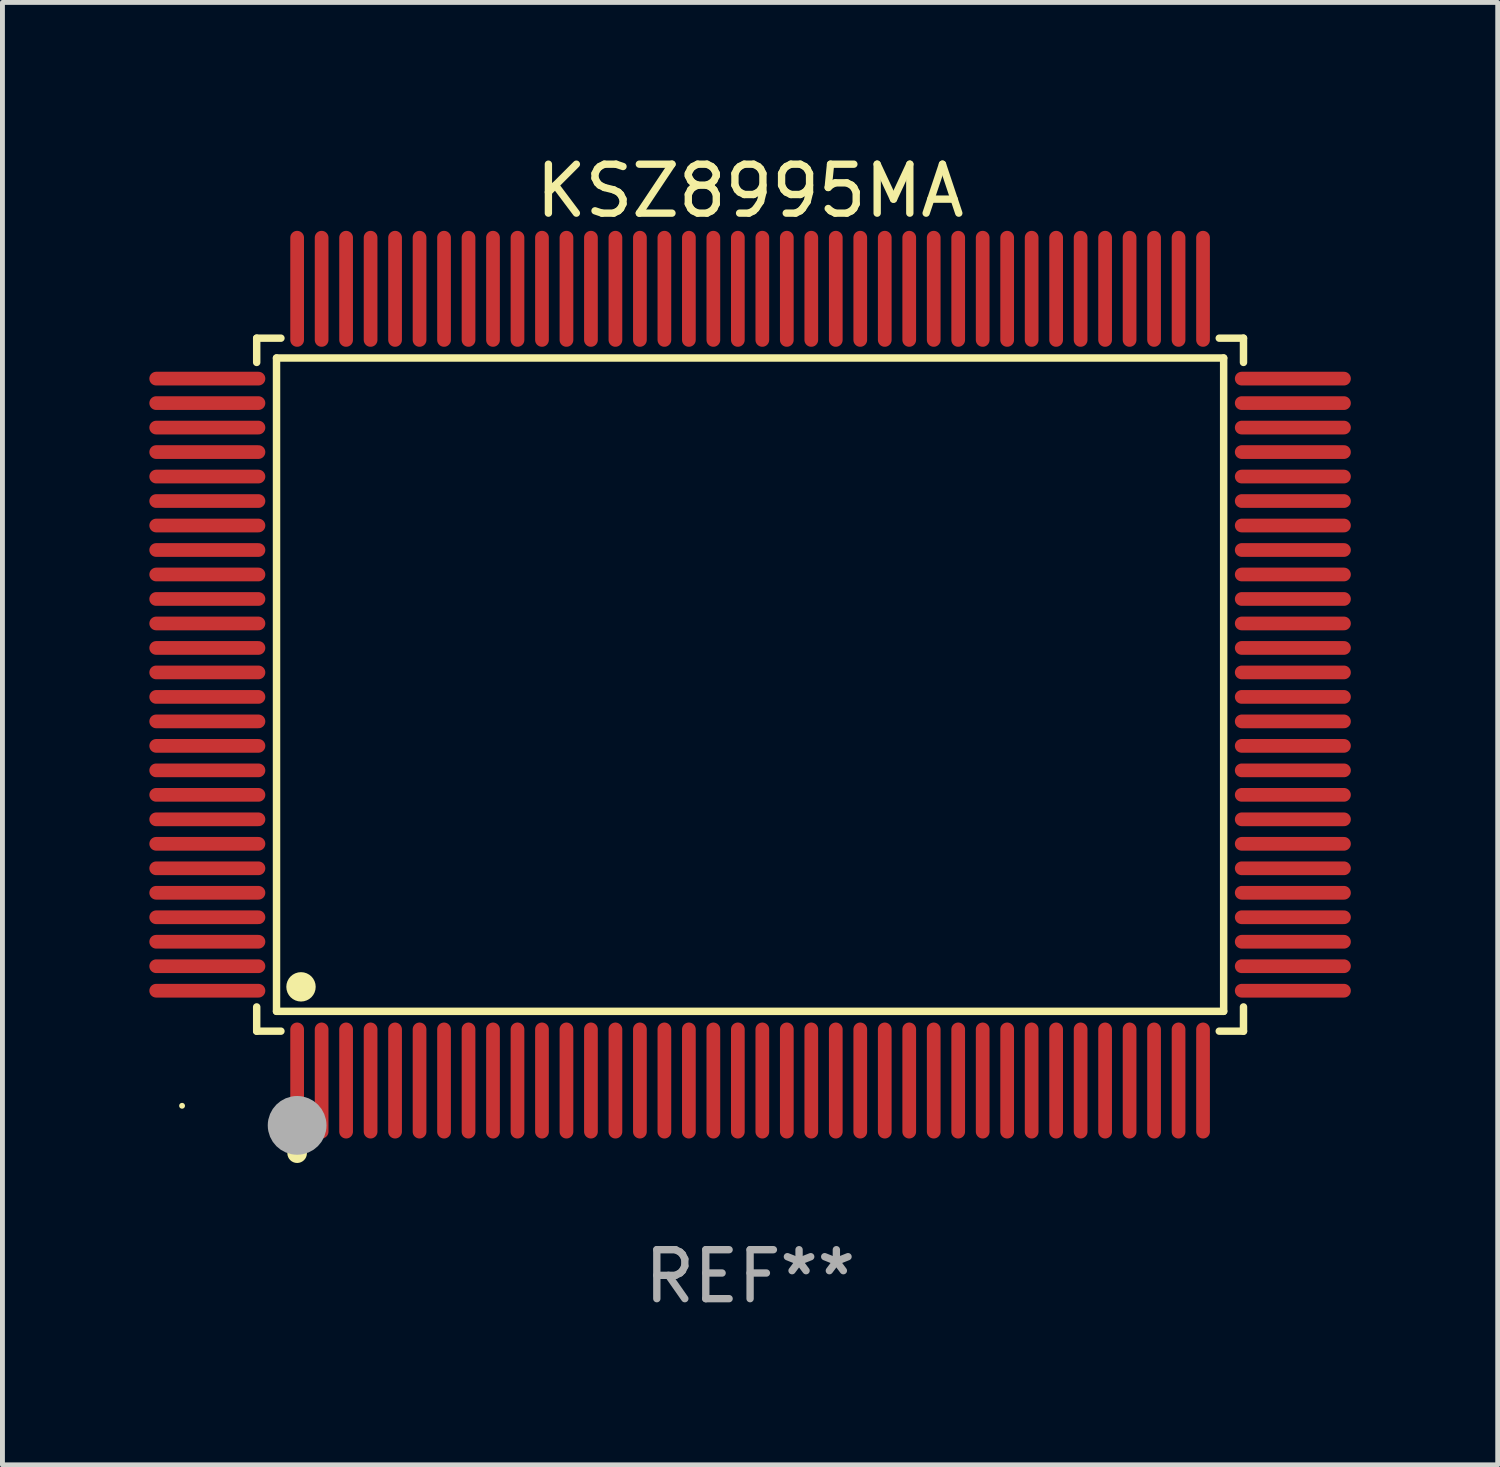
<source format=kicad_pcb>
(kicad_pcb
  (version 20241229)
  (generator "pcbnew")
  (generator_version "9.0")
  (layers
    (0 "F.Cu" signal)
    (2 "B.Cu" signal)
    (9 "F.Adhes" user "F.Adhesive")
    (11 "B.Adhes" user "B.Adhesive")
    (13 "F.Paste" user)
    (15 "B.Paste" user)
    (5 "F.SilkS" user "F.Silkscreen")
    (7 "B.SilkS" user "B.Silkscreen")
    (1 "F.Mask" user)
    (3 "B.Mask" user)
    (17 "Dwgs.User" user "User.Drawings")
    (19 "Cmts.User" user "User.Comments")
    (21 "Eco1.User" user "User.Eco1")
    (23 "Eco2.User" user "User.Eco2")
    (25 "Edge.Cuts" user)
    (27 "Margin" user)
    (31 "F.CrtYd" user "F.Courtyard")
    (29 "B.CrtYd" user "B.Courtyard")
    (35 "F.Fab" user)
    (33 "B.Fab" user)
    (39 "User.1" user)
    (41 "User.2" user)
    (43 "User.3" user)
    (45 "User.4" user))
  (footprint "KSZ8995MA"
    (layer "F.Cu")
    (at 12.268 10.932)
    (property "Reference" "KSZ8995MA" (at 0 -10.084 0) (layer "F.SilkS") (effects (font (size 1 1) (thickness 0.15))))
    (attr through_hole)
    (fp_line (start -10.076 -7.076) (end -9.581 -7.076) (stroke (width 0.152) (type solid)) (layer "F.SilkS"))
    (fp_line (start -10.076 -6.581) (end -10.076 -7.076) (stroke (width 0.152) (type solid)) (layer "F.SilkS"))
    (fp_line (start -10.076 6.581) (end -10.076 7.076) (stroke (width 0.152) (type solid)) (layer "F.SilkS"))
    (fp_line (start -10.076 7.076) (end -9.581 7.076) (stroke (width 0.152) (type solid)) (layer "F.SilkS"))
    (fp_line (start -9.671 -6.671) (end 9.671 -6.671) (stroke (width 0.152) (type solid)) (layer "F.SilkS"))
    (fp_line (start -9.671 6.671) (end -9.671 -6.671) (stroke (width 0.152) (type solid)) (layer "F.SilkS"))
    (fp_line (start 9.671 -6.671) (end 9.671 6.671) (stroke (width 0.152) (type solid)) (layer "F.SilkS"))
    (fp_line (start 9.671 6.671) (end -9.671 6.671) (stroke (width 0.152) (type solid)) (layer "F.SilkS"))
    (fp_line (start 10.076 -7.076) (end 9.581 -7.076) (stroke (width 0.152) (type solid)) (layer "F.SilkS"))
    (fp_line (start 10.076 -6.581) (end 10.076 -7.076) (stroke (width 0.152) (type solid)) (layer "F.SilkS"))
    (fp_line (start 10.076 6.581) (end 10.076 7.076) (stroke (width 0.152) (type solid)) (layer "F.SilkS"))
    (fp_line (start 10.076 7.076) (end 9.581 7.076) (stroke (width 0.152) (type solid)) (layer "F.SilkS"))
    (fp_circle (center -11.6 8.6) (end -11.57 8.6) (stroke (width 0.06) (type solid)) (fill no) (layer "F.SilkS"))
    (fp_circle (center -9.25 9.568) (end -9.15 9.568) (stroke (width 0.2) (type solid)) (fill no) (layer "F.SilkS"))
    (fp_circle (center -9.171 6.171) (end -9.021 6.171) (stroke (width 0.3) (type solid)) (fill no) (layer "F.SilkS"))
    (fp_circle (center -9.25 9) (end -8.95 9) (stroke (width 0.6) (type solid)) (fill no) (layer "F.Fab"))
    (fp_text user "REF**" (at 0 12.084 0) (layer "F.Fab") (effects (font (size 1 1) (thickness 0.15))))
    (pad "1" smd oval (at -9.25 8.084) (size 0.28 2.368) (layers "F.Cu" "F.Mask" "F.Paste"))
    (pad "2" smd oval (at -8.75 8.084) (size 0.28 2.368) (layers "F.Cu" "F.Mask" "F.Paste"))
    (pad "3" smd oval (at -8.25 8.084) (size 0.28 2.368) (layers "F.Cu" "F.Mask" "F.Paste"))
    (pad "4" smd oval (at -7.75 8.084) (size 0.28 2.368) (layers "F.Cu" "F.Mask" "F.Paste"))
    (pad "5" smd oval (at -7.25 8.084) (size 0.28 2.368) (layers "F.Cu" "F.Mask" "F.Paste"))
    (pad "6" smd oval (at -6.75 8.084) (size 0.28 2.368) (layers "F.Cu" "F.Mask" "F.Paste"))
    (pad "7" smd oval (at -6.25 8.084) (size 0.28 2.368) (layers "F.Cu" "F.Mask" "F.Paste"))
    (pad "8" smd oval (at -5.75 8.084) (size 0.28 2.368) (layers "F.Cu" "F.Mask" "F.Paste"))
    (pad "9" smd oval (at -5.25 8.084) (size 0.28 2.368) (layers "F.Cu" "F.Mask" "F.Paste"))
    (pad "10" smd oval (at -4.75 8.084) (size 0.28 2.368) (layers "F.Cu" "F.Mask" "F.Paste"))
    (pad "11" smd oval (at -4.25 8.084) (size 0.28 2.368) (layers "F.Cu" "F.Mask" "F.Paste"))
    (pad "12" smd oval (at -3.75 8.084) (size 0.28 2.368) (layers "F.Cu" "F.Mask" "F.Paste"))
    (pad "13" smd oval (at -3.25 8.084) (size 0.28 2.368) (layers "F.Cu" "F.Mask" "F.Paste"))
    (pad "14" smd oval (at -2.75 8.084) (size 0.28 2.368) (layers "F.Cu" "F.Mask" "F.Paste"))
    (pad "15" smd oval (at -2.25 8.084) (size 0.28 2.368) (layers "F.Cu" "F.Mask" "F.Paste"))
    (pad "16" smd oval (at -1.75 8.084) (size 0.28 2.368) (layers "F.Cu" "F.Mask" "F.Paste"))
    (pad "17" smd oval (at -1.25 8.084) (size 0.28 2.368) (layers "F.Cu" "F.Mask" "F.Paste"))
    (pad "18" smd oval (at -0.75 8.084) (size 0.28 2.368) (layers "F.Cu" "F.Mask" "F.Paste"))
    (pad "19" smd oval (at -0.25 8.084) (size 0.28 2.368) (layers "F.Cu" "F.Mask" "F.Paste"))
    (pad "20" smd oval (at 0.25 8.084) (size 0.28 2.368) (layers "F.Cu" "F.Mask" "F.Paste"))
    (pad "21" smd oval (at 0.75 8.084) (size 0.28 2.368) (layers "F.Cu" "F.Mask" "F.Paste"))
    (pad "22" smd oval (at 1.25 8.084) (size 0.28 2.368) (layers "F.Cu" "F.Mask" "F.Paste"))
    (pad "23" smd oval (at 1.75 8.084) (size 0.28 2.368) (layers "F.Cu" "F.Mask" "F.Paste"))
    (pad "24" smd oval (at 2.25 8.084) (size 0.28 2.368) (layers "F.Cu" "F.Mask" "F.Paste"))
    (pad "25" smd oval (at 2.75 8.084) (size 0.28 2.368) (layers "F.Cu" "F.Mask" "F.Paste"))
    (pad "26" smd oval (at 3.25 8.084) (size 0.28 2.368) (layers "F.Cu" "F.Mask" "F.Paste"))
    (pad "27" smd oval (at 3.75 8.084) (size 0.28 2.368) (layers "F.Cu" "F.Mask" "F.Paste"))
    (pad "28" smd oval (at 4.25 8.084) (size 0.28 2.368) (layers "F.Cu" "F.Mask" "F.Paste"))
    (pad "29" smd oval (at 4.75 8.084) (size 0.28 2.368) (layers "F.Cu" "F.Mask" "F.Paste"))
    (pad "30" smd oval (at 5.25 8.084) (size 0.28 2.368) (layers "F.Cu" "F.Mask" "F.Paste"))
    (pad "31" smd oval (at 5.75 8.084) (size 0.28 2.368) (layers "F.Cu" "F.Mask" "F.Paste"))
    (pad "32" smd oval (at 6.25 8.084) (size 0.28 2.368) (layers "F.Cu" "F.Mask" "F.Paste"))
    (pad "33" smd oval (at 6.75 8.084) (size 0.28 2.368) (layers "F.Cu" "F.Mask" "F.Paste"))
    (pad "34" smd oval (at 7.25 8.084) (size 0.28 2.368) (layers "F.Cu" "F.Mask" "F.Paste"))
    (pad "35" smd oval (at 7.75 8.084) (size 0.28 2.368) (layers "F.Cu" "F.Mask" "F.Paste"))
    (pad "36" smd oval (at 8.25 8.084) (size 0.28 2.368) (layers "F.Cu" "F.Mask" "F.Paste"))
    (pad "37" smd oval (at 8.75 8.084) (size 0.28 2.368) (layers "F.Cu" "F.Mask" "F.Paste"))
    (pad "38" smd oval (at 9.25 8.084) (size 0.28 2.368) (layers "F.Cu" "F.Mask" "F.Paste"))
    (pad "39" smd oval (at 11.084 6.25) (size 2.368 0.28) (layers "F.Cu" "F.Mask" "F.Paste"))
    (pad "40" smd oval (at 11.084 5.75) (size 2.368 0.28) (layers "F.Cu" "F.Mask" "F.Paste"))
    (pad "41" smd oval (at 11.084 5.25) (size 2.368 0.28) (layers "F.Cu" "F.Mask" "F.Paste"))
    (pad "42" smd oval (at 11.084 4.75) (size 2.368 0.28) (layers "F.Cu" "F.Mask" "F.Paste"))
    (pad "43" smd oval (at 11.084 4.25) (size 2.368 0.28) (layers "F.Cu" "F.Mask" "F.Paste"))
    (pad "44" smd oval (at 11.084 3.75) (size 2.368 0.28) (layers "F.Cu" "F.Mask" "F.Paste"))
    (pad "45" smd oval (at 11.084 3.25) (size 2.368 0.28) (layers "F.Cu" "F.Mask" "F.Paste"))
    (pad "46" smd oval (at 11.084 2.75) (size 2.368 0.28) (layers "F.Cu" "F.Mask" "F.Paste"))
    (pad "47" smd oval (at 11.084 2.25) (size 2.368 0.28) (layers "F.Cu" "F.Mask" "F.Paste"))
    (pad "48" smd oval (at 11.084 1.75) (size 2.368 0.28) (layers "F.Cu" "F.Mask" "F.Paste"))
    (pad "49" smd oval (at 11.084 1.25) (size 2.368 0.28) (layers "F.Cu" "F.Mask" "F.Paste"))
    (pad "50" smd oval (at 11.084 0.75) (size 2.368 0.28) (layers "F.Cu" "F.Mask" "F.Paste"))
    (pad "51" smd oval (at 11.084 0.25) (size 2.368 0.28) (layers "F.Cu" "F.Mask" "F.Paste"))
    (pad "52" smd oval (at 11.084 -0.25) (size 2.368 0.28) (layers "F.Cu" "F.Mask" "F.Paste"))
    (pad "53" smd oval (at 11.084 -0.75) (size 2.368 0.28) (layers "F.Cu" "F.Mask" "F.Paste"))
    (pad "54" smd oval (at 11.084 -1.25) (size 2.368 0.28) (layers "F.Cu" "F.Mask" "F.Paste"))
    (pad "55" smd oval (at 11.084 -1.75) (size 2.368 0.28) (layers "F.Cu" "F.Mask" "F.Paste"))
    (pad "56" smd oval (at 11.084 -2.25) (size 2.368 0.28) (layers "F.Cu" "F.Mask" "F.Paste"))
    (pad "57" smd oval (at 11.084 -2.75) (size 2.368 0.28) (layers "F.Cu" "F.Mask" "F.Paste"))
    (pad "58" smd oval (at 11.084 -3.25) (size 2.368 0.28) (layers "F.Cu" "F.Mask" "F.Paste"))
    (pad "59" smd oval (at 11.084 -3.75) (size 2.368 0.28) (layers "F.Cu" "F.Mask" "F.Paste"))
    (pad "60" smd oval (at 11.084 -4.25) (size 2.368 0.28) (layers "F.Cu" "F.Mask" "F.Paste"))
    (pad "61" smd oval (at 11.084 -4.75) (size 2.368 0.28) (layers "F.Cu" "F.Mask" "F.Paste"))
    (pad "62" smd oval (at 11.084 -5.25) (size 2.368 0.28) (layers "F.Cu" "F.Mask" "F.Paste"))
    (pad "63" smd oval (at 11.084 -5.75) (size 2.368 0.28) (layers "F.Cu" "F.Mask" "F.Paste"))
    (pad "64" smd oval (at 11.084 -6.25) (size 2.368 0.28) (layers "F.Cu" "F.Mask" "F.Paste"))
    (pad "65" smd oval (at 9.25 -8.084) (size 0.28 2.368) (layers "F.Cu" "F.Mask" "F.Paste"))
    (pad "66" smd oval (at 8.75 -8.084) (size 0.28 2.368) (layers "F.Cu" "F.Mask" "F.Paste"))
    (pad "67" smd oval (at 8.25 -8.084) (size 0.28 2.368) (layers "F.Cu" "F.Mask" "F.Paste"))
    (pad "68" smd oval (at 7.75 -8.084) (size 0.28 2.368) (layers "F.Cu" "F.Mask" "F.Paste"))
    (pad "69" smd oval (at 7.25 -8.084) (size 0.28 2.368) (layers "F.Cu" "F.Mask" "F.Paste"))
    (pad "70" smd oval (at 6.75 -8.084) (size 0.28 2.368) (layers "F.Cu" "F.Mask" "F.Paste"))
    (pad "71" smd oval (at 6.25 -8.084) (size 0.28 2.368) (layers "F.Cu" "F.Mask" "F.Paste"))
    (pad "72" smd oval (at 5.75 -8.084) (size 0.28 2.368) (layers "F.Cu" "F.Mask" "F.Paste"))
    (pad "73" smd oval (at 5.25 -8.084) (size 0.28 2.368) (layers "F.Cu" "F.Mask" "F.Paste"))
    (pad "74" smd oval (at 4.75 -8.084) (size 0.28 2.368) (layers "F.Cu" "F.Mask" "F.Paste"))
    (pad "75" smd oval (at 4.25 -8.084) (size 0.28 2.368) (layers "F.Cu" "F.Mask" "F.Paste"))
    (pad "76" smd oval (at 3.75 -8.084) (size 0.28 2.368) (layers "F.Cu" "F.Mask" "F.Paste"))
    (pad "77" smd oval (at 3.25 -8.084) (size 0.28 2.368) (layers "F.Cu" "F.Mask" "F.Paste"))
    (pad "78" smd oval (at 2.75 -8.084) (size 0.28 2.368) (layers "F.Cu" "F.Mask" "F.Paste"))
    (pad "79" smd oval (at 2.25 -8.084) (size 0.28 2.368) (layers "F.Cu" "F.Mask" "F.Paste"))
    (pad "80" smd oval (at 1.75 -8.084) (size 0.28 2.368) (layers "F.Cu" "F.Mask" "F.Paste"))
    (pad "81" smd oval (at 1.25 -8.084) (size 0.28 2.368) (layers "F.Cu" "F.Mask" "F.Paste"))
    (pad "82" smd oval (at 0.75 -8.084) (size 0.28 2.368) (layers "F.Cu" "F.Mask" "F.Paste"))
    (pad "83" smd oval (at 0.25 -8.084) (size 0.28 2.368) (layers "F.Cu" "F.Mask" "F.Paste"))
    (pad "84" smd oval (at -0.25 -8.084) (size 0.28 2.368) (layers "F.Cu" "F.Mask" "F.Paste"))
    (pad "85" smd oval (at -0.75 -8.084) (size 0.28 2.368) (layers "F.Cu" "F.Mask" "F.Paste"))
    (pad "86" smd oval (at -1.25 -8.084) (size 0.28 2.368) (layers "F.Cu" "F.Mask" "F.Paste"))
    (pad "87" smd oval (at -1.75 -8.084) (size 0.28 2.368) (layers "F.Cu" "F.Mask" "F.Paste"))
    (pad "88" smd oval (at -2.25 -8.084) (size 0.28 2.368) (layers "F.Cu" "F.Mask" "F.Paste"))
    (pad "89" smd oval (at -2.75 -8.084) (size 0.28 2.368) (layers "F.Cu" "F.Mask" "F.Paste"))
    (pad "90" smd oval (at -3.25 -8.084) (size 0.28 2.368) (layers "F.Cu" "F.Mask" "F.Paste"))
    (pad "91" smd oval (at -3.75 -8.084) (size 0.28 2.368) (layers "F.Cu" "F.Mask" "F.Paste"))
    (pad "92" smd oval (at -4.25 -8.084) (size 0.28 2.368) (layers "F.Cu" "F.Mask" "F.Paste"))
    (pad "93" smd oval (at -4.75 -8.084) (size 0.28 2.368) (layers "F.Cu" "F.Mask" "F.Paste"))
    (pad "94" smd oval (at -5.25 -8.084) (size 0.28 2.368) (layers "F.Cu" "F.Mask" "F.Paste"))
    (pad "95" smd oval (at -5.75 -8.084) (size 0.28 2.368) (layers "F.Cu" "F.Mask" "F.Paste"))
    (pad "96" smd oval (at -6.25 -8.084) (size 0.28 2.368) (layers "F.Cu" "F.Mask" "F.Paste"))
    (pad "97" smd oval (at -6.75 -8.084) (size 0.28 2.368) (layers "F.Cu" "F.Mask" "F.Paste"))
    (pad "98" smd oval (at -7.25 -8.084) (size 0.28 2.368) (layers "F.Cu" "F.Mask" "F.Paste"))
    (pad "99" smd oval (at -7.75 -8.084) (size 0.28 2.368) (layers "F.Cu" "F.Mask" "F.Paste"))
    (pad "100" smd oval (at -8.25 -8.084) (size 0.28 2.368) (layers "F.Cu" "F.Mask" "F.Paste"))
    (pad "101" smd oval (at -8.75 -8.084) (size 0.28 2.368) (layers "F.Cu" "F.Mask" "F.Paste"))
    (pad "102" smd oval (at -9.25 -8.084) (size 0.28 2.368) (layers "F.Cu" "F.Mask" "F.Paste"))
    (pad "103" smd oval (at -11.084 -6.25) (size 2.368 0.28) (layers "F.Cu" "F.Mask" "F.Paste"))
    (pad "104" smd oval (at -11.084 -5.75) (size 2.368 0.28) (layers "F.Cu" "F.Mask" "F.Paste"))
    (pad "105" smd oval (at -11.084 -5.25) (size 2.368 0.28) (layers "F.Cu" "F.Mask" "F.Paste"))
    (pad "106" smd oval (at -11.084 -4.75) (size 2.368 0.28) (layers "F.Cu" "F.Mask" "F.Paste"))
    (pad "107" smd oval (at -11.084 -4.25) (size 2.368 0.28) (layers "F.Cu" "F.Mask" "F.Paste"))
    (pad "108" smd oval (at -11.084 -3.75) (size 2.368 0.28) (layers "F.Cu" "F.Mask" "F.Paste"))
    (pad "109" smd oval (at -11.084 -3.25) (size 2.368 0.28) (layers "F.Cu" "F.Mask" "F.Paste"))
    (pad "110" smd oval (at -11.084 -2.75) (size 2.368 0.28) (layers "F.Cu" "F.Mask" "F.Paste"))
    (pad "111" smd oval (at -11.084 -2.25) (size 2.368 0.28) (layers "F.Cu" "F.Mask" "F.Paste"))
    (pad "112" smd oval (at -11.084 -1.75) (size 2.368 0.28) (layers "F.Cu" "F.Mask" "F.Paste"))
    (pad "113" smd oval (at -11.084 -1.25) (size 2.368 0.28) (layers "F.Cu" "F.Mask" "F.Paste"))
    (pad "114" smd oval (at -11.084 -0.75) (size 2.368 0.28) (layers "F.Cu" "F.Mask" "F.Paste"))
    (pad "115" smd oval (at -11.084 -0.25) (size 2.368 0.28) (layers "F.Cu" "F.Mask" "F.Paste"))
    (pad "116" smd oval (at -11.084 0.25) (size 2.368 0.28) (layers "F.Cu" "F.Mask" "F.Paste"))
    (pad "117" smd oval (at -11.084 0.75) (size 2.368 0.28) (layers "F.Cu" "F.Mask" "F.Paste"))
    (pad "118" smd oval (at -11.084 1.25) (size 2.368 0.28) (layers "F.Cu" "F.Mask" "F.Paste"))
    (pad "119" smd oval (at -11.084 1.75) (size 2.368 0.28) (layers "F.Cu" "F.Mask" "F.Paste"))
    (pad "120" smd oval (at -11.084 2.25) (size 2.368 0.28) (layers "F.Cu" "F.Mask" "F.Paste"))
    (pad "121" smd oval (at -11.084 2.75) (size 2.368 0.28) (layers "F.Cu" "F.Mask" "F.Paste"))
    (pad "122" smd oval (at -11.084 3.25) (size 2.368 0.28) (layers "F.Cu" "F.Mask" "F.Paste"))
    (pad "123" smd oval (at -11.084 3.75) (size 2.368 0.28) (layers "F.Cu" "F.Mask" "F.Paste"))
    (pad "124" smd oval (at -11.084 4.25) (size 2.368 0.28) (layers "F.Cu" "F.Mask" "F.Paste"))
    (pad "125" smd oval (at -11.084 4.75) (size 2.368 0.28) (layers "F.Cu" "F.Mask" "F.Paste"))
    (pad "126" smd oval (at -11.084 5.25) (size 2.368 0.28) (layers "F.Cu" "F.Mask" "F.Paste"))
    (pad "127" smd oval (at -11.084 5.75) (size 2.368 0.28) (layers "F.Cu" "F.Mask" "F.Paste"))
    (pad "128" smd oval (at -11.084 6.25) (size 2.368 0.28) (layers "F.Cu" "F.Mask" "F.Paste")))
  (gr_rect
    (start -3 -3)
    (end 27.536 26.865)
    (stroke (width 0.1) (type default))
    (fill no)
    (layer "Edge.Cuts")))
</source>
